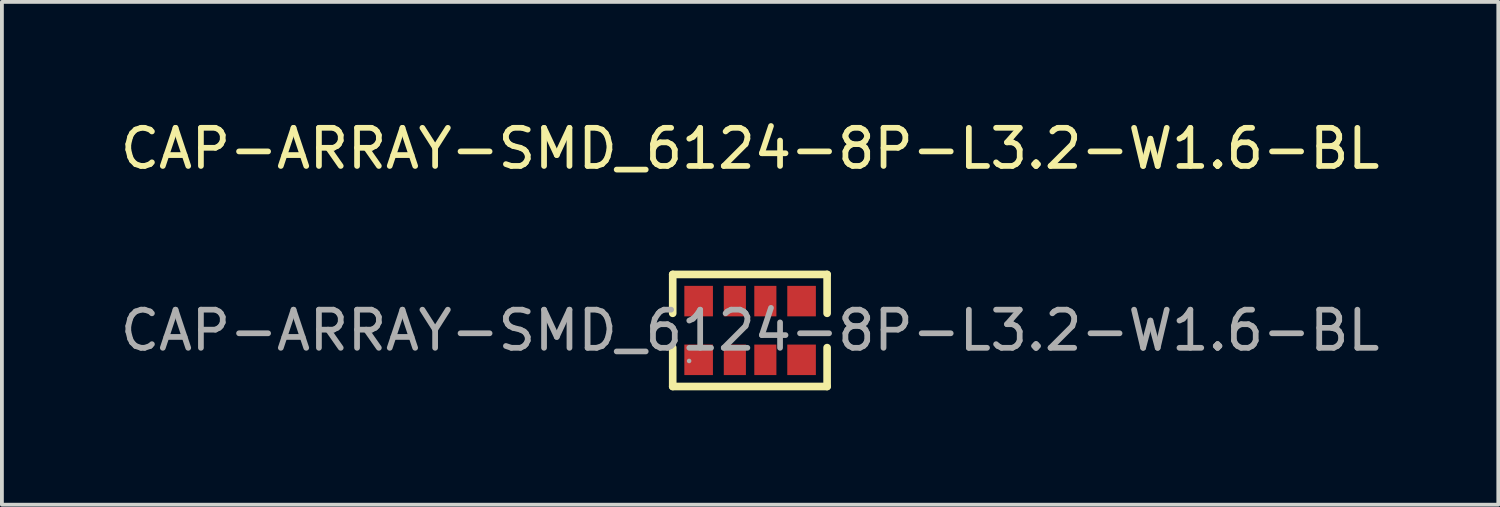
<source format=kicad_pcb>
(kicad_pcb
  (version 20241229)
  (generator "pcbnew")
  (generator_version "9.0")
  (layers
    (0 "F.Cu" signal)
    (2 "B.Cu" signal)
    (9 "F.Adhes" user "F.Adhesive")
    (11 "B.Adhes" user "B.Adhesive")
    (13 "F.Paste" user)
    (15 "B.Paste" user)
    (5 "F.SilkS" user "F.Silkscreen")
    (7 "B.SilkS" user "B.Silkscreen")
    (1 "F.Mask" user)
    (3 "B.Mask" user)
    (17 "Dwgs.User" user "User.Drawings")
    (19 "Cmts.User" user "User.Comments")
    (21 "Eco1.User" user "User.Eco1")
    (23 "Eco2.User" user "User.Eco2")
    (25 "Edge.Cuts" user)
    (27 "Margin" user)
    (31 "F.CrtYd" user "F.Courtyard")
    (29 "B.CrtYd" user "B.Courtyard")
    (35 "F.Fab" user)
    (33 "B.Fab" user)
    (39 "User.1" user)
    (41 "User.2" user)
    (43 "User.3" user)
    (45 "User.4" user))
  (footprint "CAP-ARRAY-SMD_6124-8P-L3.2-W1.6-BL"
    (layer "F.Cu")
    (at 16.625 5.618)
    (property "Reference" "CAP-ARRAY-SMD_6124-8P-L3.2-W1.6-BL" (at 0 -4.77 0) (layer "F.SilkS") (effects (font (size 1 1) (thickness 0.15))))
    (attr through_hole)
    (fp_line (start -2.03 -1.47) (end 2.02 -1.47) (stroke (width 0.2) (type solid)) (layer "F.SilkS"))
    (fp_line (start -2.03 -0.45) (end -2.03 -1.47) (stroke (width 0.2) (type solid)) (layer "F.SilkS"))
    (fp_line (start -2.03 0.45) (end -2.03 1.47) (stroke (width 0.2) (type solid)) (layer "F.SilkS"))
    (fp_line (start -2.03 1.47) (end 2.02 1.47) (stroke (width 0.2) (type solid)) (layer "F.SilkS"))
    (fp_line (start 2.02 -1.47) (end 2.02 -0.45) (stroke (width 0.2) (type solid)) (layer "F.SilkS"))
    (fp_line (start 2.02 1.47) (end 2.02 0.45) (stroke (width 0.2) (type solid)) (layer "F.SilkS"))
    (fp_circle (center -1.6 0.8) (end -1.57 0.8) (stroke (width 0.06) (type solid)) (fill no) (layer "F.Fab"))
    (fp_text user "${REFERENCE}" (at 0 0 0) (layer "F.Fab") (effects (font (size 1 1) (thickness 0.15))))
    (pad "1" smd rect (at -1.35 0.77 90) (size 0.8 0.75) (layers "F.Cu" "F.Mask" "F.Paste"))
    (pad "2" smd rect (at -0.4 0.77 90) (size 0.8 0.58) (layers "F.Cu" "F.Mask" "F.Paste"))
    (pad "3" smd rect (at 0.4 0.77 90) (size 0.8 0.58) (layers "F.Cu" "F.Mask" "F.Paste"))
    (pad "4" smd rect (at 1.35 0.77 90) (size 0.8 0.75) (layers "F.Cu" "F.Mask" "F.Paste"))
    (pad "5" smd rect (at 1.35 -0.77 90) (size 0.8 0.75) (layers "F.Cu" "F.Mask" "F.Paste"))
    (pad "6" smd rect (at 0.4 -0.77 90) (size 0.8 0.58) (layers "F.Cu" "F.Mask" "F.Paste"))
    (pad "7" smd rect (at -0.4 -0.77 90) (size 0.8 0.58) (layers "F.Cu" "F.Mask" "F.Paste"))
    (pad "8" smd rect (at -1.35 -0.77 90) (size 0.8 0.75) (layers "F.Cu" "F.Mask" "F.Paste")))
  (gr_rect
    (start -3 -3)
    (end 36.25 10.188)
    (stroke (width 0.1) (type default))
    (fill no)
    (layer "Edge.Cuts")))
</source>
